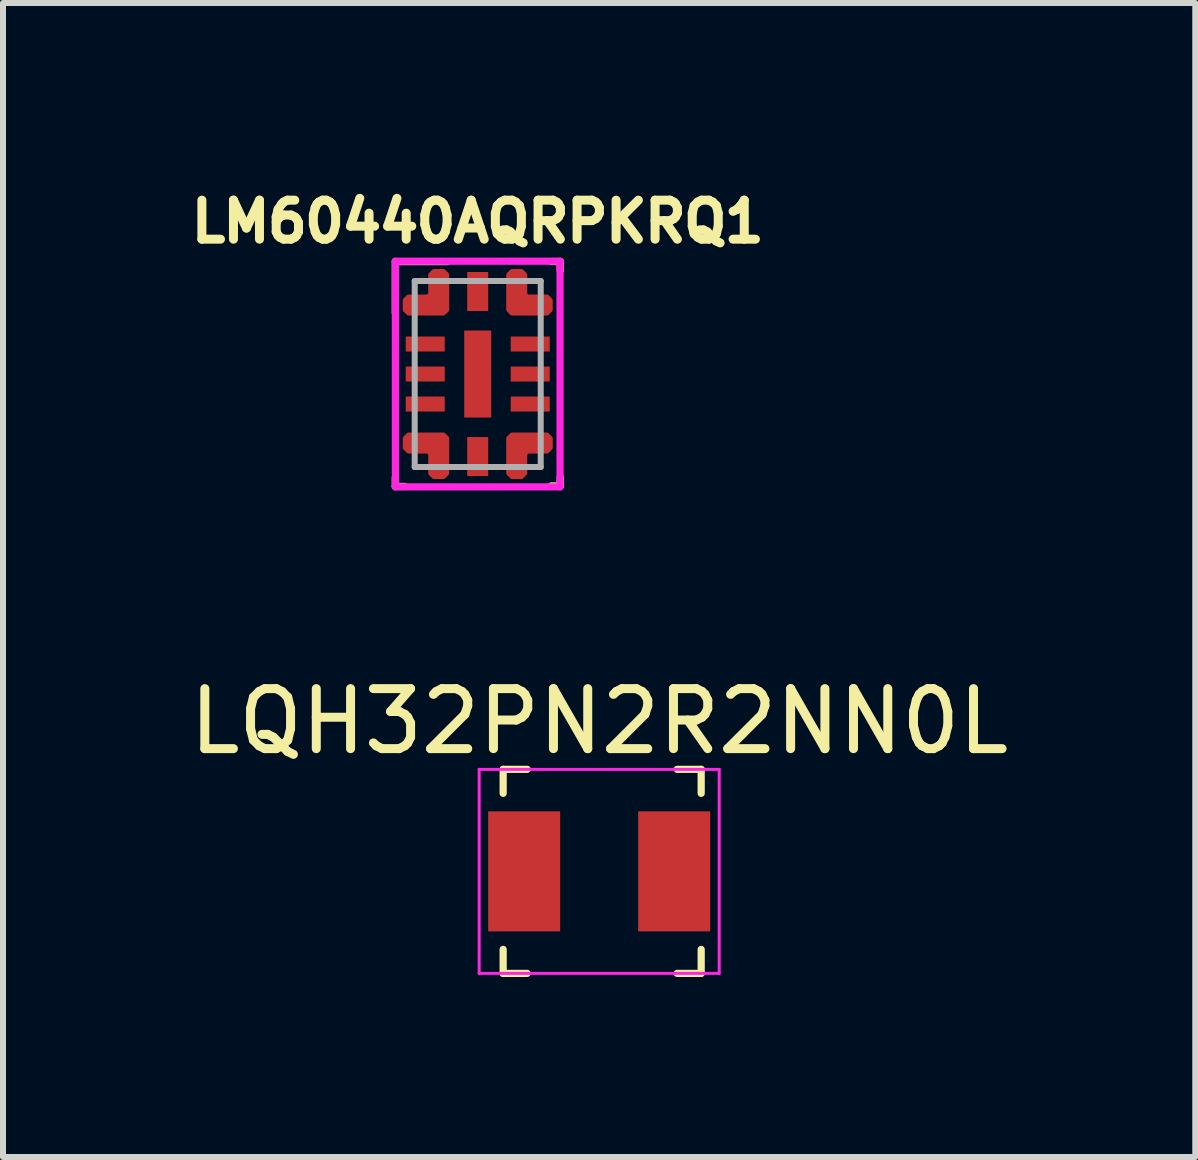
<source format=kicad_pcb>
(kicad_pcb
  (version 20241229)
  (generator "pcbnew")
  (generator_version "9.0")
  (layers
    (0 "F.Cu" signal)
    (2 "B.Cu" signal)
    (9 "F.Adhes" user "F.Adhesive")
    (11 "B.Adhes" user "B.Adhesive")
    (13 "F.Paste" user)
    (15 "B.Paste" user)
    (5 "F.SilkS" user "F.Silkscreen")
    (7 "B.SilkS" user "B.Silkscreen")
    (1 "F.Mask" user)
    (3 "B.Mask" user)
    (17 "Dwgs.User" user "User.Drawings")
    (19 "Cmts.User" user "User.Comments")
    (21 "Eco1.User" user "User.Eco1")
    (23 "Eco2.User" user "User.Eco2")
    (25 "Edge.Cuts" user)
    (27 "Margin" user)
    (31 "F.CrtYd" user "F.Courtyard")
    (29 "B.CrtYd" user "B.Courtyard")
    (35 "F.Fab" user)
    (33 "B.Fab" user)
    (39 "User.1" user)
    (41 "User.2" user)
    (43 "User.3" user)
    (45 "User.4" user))
  (footprint "LM60440AQRPKRQ1"
    (layer "F.Cu")
    (at 4.911 3.183)
    (property "Reference" "LM60440AQRPKRQ1" (at 0 -2.54 0) (layer "F.SilkS") (effects (font (size 0.65 0.65) (thickness 0.15))))
    (attr through_hole)
    (fp_poly (pts (xy -1.2 -1.225) (xy -1.15 -1.275) (xy -0.825 -1.275) (xy -0.775 -1.325) (xy -0.775 -1.65) (xy -0.725 -1.7) (xy -0.575 -1.7) (xy -0.525 -1.65) (xy -0.525 -1.075) (xy -0.575 -1.025) (xy -1.15 -1.025) (xy -1.2 -1.075)) (stroke (width 0.1) (type solid)) (fill yes) (layer "F.Cu"))
    (fp_poly (pts (xy -0.575 1.7) (xy -0.725 1.7) (xy -0.775 1.65) (xy -0.775 1.325) (xy -0.825 1.275) (xy -1.15 1.275) (xy -1.2 1.225) (xy -1.2 1.075) (xy -1.15 1.025) (xy -0.575 1.025) (xy -0.525 1.075) (xy -0.525 1.65) (xy -0.575 1.7)) (stroke (width 0.1) (type solid)) (fill yes) (layer "F.Cu"))
    (fp_poly (pts (xy 0.575 -1.7) (xy 0.725 -1.7) (xy 0.775 -1.65) (xy 0.775 -1.325) (xy 0.825 -1.275) (xy 1.15 -1.275) (xy 1.2 -1.225) (xy 1.2 -1.075) (xy 1.15 -1.025) (xy 0.575 -1.025) (xy 0.525 -1.075) (xy 0.525 -1.65) (xy 0.575 -1.7)) (stroke (width 0.1) (type solid)) (fill yes) (layer "F.Cu"))
    (fp_poly (pts (xy 1.2 1.075) (xy 1.2 1.225) (xy 1.15 1.275) (xy 0.825 1.275) (xy 0.775 1.325) (xy 0.775 1.65) (xy 0.725 1.7) (xy 0.575 1.7) (xy 0.525 1.65) (xy 0.525 1.075) (xy 0.575 1.025) (xy 1.15 1.025) (xy 1.2 1.075)) (stroke (width 0.1) (type solid)) (fill yes) (layer "F.Cu"))
    (fp_poly (pts (xy -1.2 -1.225) (xy -1.15 -1.275) (xy -0.825 -1.275) (xy -0.775 -1.325) (xy -0.775 -1.65) (xy -0.725 -1.7) (xy -0.575 -1.7) (xy -0.525 -1.65) (xy -0.525 -1.075) (xy -0.575 -1.025) (xy -1.15 -1.025) (xy -1.2 -1.075)) (stroke (width 0.1) (type solid)) (fill yes) (layer "F.Mask"))
    (fp_poly (pts (xy -0.575 1.7) (xy -0.725 1.7) (xy -0.775 1.65) (xy -0.775 1.325) (xy -0.825 1.275) (xy -1.15 1.275) (xy -1.2 1.225) (xy -1.2 1.075) (xy -1.15 1.025) (xy -0.575 1.025) (xy -0.525 1.075) (xy -0.525 1.65) (xy -0.575 1.7)) (stroke (width 0.1) (type solid)) (fill yes) (layer "F.Mask"))
    (fp_poly (pts (xy 0.575 -1.7) (xy 0.725 -1.7) (xy 0.775 -1.65) (xy 0.775 -1.325) (xy 0.825 -1.275) (xy 1.15 -1.275) (xy 1.2 -1.225) (xy 1.2 -1.075) (xy 1.15 -1.025) (xy 0.575 -1.025) (xy 0.525 -1.075) (xy 0.525 -1.65) (xy 0.575 -1.7)) (stroke (width 0.1) (type solid)) (fill yes) (layer "F.Mask"))
    (fp_poly (pts (xy 1.2 1.075) (xy 1.2 1.225) (xy 1.15 1.275) (xy 0.825 1.275) (xy 0.775 1.325) (xy 0.775 1.65) (xy 0.725 1.7) (xy 0.575 1.7) (xy 0.525 1.65) (xy 0.525 1.075) (xy 0.575 1.025) (xy 1.15 1.025) (xy 1.2 1.075)) (stroke (width 0.1) (type solid)) (fill yes) (layer "F.Mask"))
    (fp_line (start -1.373 1.874) (end -1.373 1.724) (stroke (width 0.12) (type solid)) (layer "F.SilkS"))
    (fp_line (start -1.373 1.874) (end -1.223 1.874) (stroke (width 0.12) (type solid)) (layer "F.SilkS"))
    (fp_line (start -1.373 -1.874) (end -0.508 -1.874) (stroke (width 0.12) (type solid)) (layer "F.SilkS"))
    (fp_line (start -1.373 -1.016) (end -1.373 -1.874) (stroke (width 0.12) (type solid)) (layer "F.SilkS"))
    (fp_line (start 1.225 1.865) (end 1.375 1.865) (stroke (width 0.12) (type solid)) (layer "F.SilkS"))
    (fp_line (start 1.225 -1.875) (end 1.375 -1.875) (stroke (width 0.12) (type solid)) (layer "F.SilkS"))
    (fp_line (start 1.375 1.865) (end 1.375 1.715) (stroke (width 0.12) (type solid)) (layer "F.SilkS"))
    (fp_line (start 1.375 -1.725) (end 1.375 -1.875) (stroke (width 0.12) (type solid)) (layer "F.SilkS"))
    (fp_poly (pts (xy -1.2 -1.225) (xy -1.15 -1.275) (xy -0.825 -1.275) (xy -0.775 -1.325) (xy -0.775 -1.65) (xy -0.725 -1.7) (xy -0.575 -1.7) (xy -0.525 -1.65) (xy -0.525 -1.075) (xy -0.575 -1.025) (xy -1.15 -1.025) (xy -1.2 -1.075)) (stroke (width 0.1) (type solid)) (fill yes) (layer "F.Paste"))
    (fp_poly (pts (xy -0.575 1.7) (xy -0.725 1.7) (xy -0.775 1.65) (xy -0.775 1.325) (xy -0.825 1.275) (xy -1.15 1.275) (xy -1.2 1.225) (xy -1.2 1.075) (xy -1.15 1.025) (xy -0.575 1.025) (xy -0.525 1.075) (xy -0.525 1.65) (xy -0.575 1.7)) (stroke (width 0.1) (type solid)) (fill yes) (layer "F.Paste"))
    (fp_poly (pts (xy 0.575 -1.7) (xy 0.725 -1.7) (xy 0.775 -1.65) (xy 0.775 -1.325) (xy 0.825 -1.275) (xy 1.15 -1.275) (xy 1.2 -1.225) (xy 1.2 -1.075) (xy 1.15 -1.025) (xy 0.575 -1.025) (xy 0.525 -1.075) (xy 0.525 -1.65) (xy 0.575 -1.7)) (stroke (width 0.1) (type solid)) (fill yes) (layer "F.Paste"))
    (fp_poly (pts (xy 1.2 1.075) (xy 1.2 1.225) (xy 1.15 1.275) (xy 0.825 1.275) (xy 0.775 1.325) (xy 0.775 1.65) (xy 0.725 1.7) (xy 0.575 1.7) (xy 0.525 1.65) (xy 0.525 1.075) (xy 0.575 1.025) (xy 1.15 1.025) (xy 1.2 1.075)) (stroke (width 0.1) (type solid)) (fill yes) (layer "F.Paste"))
    (fp_line (start -1.372 -1.88) (end 1.372 -1.88) (stroke (width 0.12) (type solid)) (layer "F.CrtYd"))
    (fp_line (start -1.372 1.88) (end -1.372 -1.88) (stroke (width 0.12) (type solid)) (layer "F.CrtYd"))
    (fp_line (start 1.372 -1.88) (end 1.372 1.88) (stroke (width 0.12) (type solid)) (layer "F.CrtYd"))
    (fp_line (start 1.372 1.88) (end -1.372 1.88) (stroke (width 0.12) (type solid)) (layer "F.CrtYd"))
    (fp_line (start -1.05 -1.55) (end 1.05 -1.55) (stroke (width 0.1) (type solid)) (layer "F.Fab"))
    (fp_line (start -1.05 1.55) (end -1.05 -1.55) (stroke (width 0.1) (type solid)) (layer "F.Fab"))
    (fp_line (start -1.05 1.55) (end 1.05 1.55) (stroke (width 0.1) (type solid)) (layer "F.Fab"))
    (fp_line (start 1.05 1.55) (end 1.05 -1.55) (stroke (width 0.1) (type solid)) (layer "F.Fab"))
    (pad "1" smd circle (at -0.694 -1.194 90) (size 0.244 0.244) (layers "F.Cu" "F.Mask" "F.Paste"))
    (pad "2" smd rect (at -0.875 -0.5) (size 0.65 0.25) (layers "F.Cu" "F.Mask" "F.Paste"))
    (pad "3" smd rect (at -0.875 0) (size 0.65 0.25) (layers "F.Cu" "F.Mask" "F.Paste"))
    (pad "4" smd rect (at -0.875 0.5) (size 0.65 0.25) (layers "F.Cu" "F.Mask" "F.Paste"))
    (pad "5" smd circle (at -0.694 1.194) (size 0.244 0.244) (layers "F.Cu" "F.Mask" "F.Paste"))
    (pad "6" smd rect (at 0 1.375) (size 0.35 0.65) (layers "F.Cu" "F.Mask" "F.Paste"))
    (pad "7" smd circle (at 0.694 1.194 90) (size 0.244 0.244) (layers "F.Cu" "F.Mask" "F.Paste"))
    (pad "8" smd rect (at 0.875 0.5) (size 0.65 0.25) (layers "F.Cu" "F.Mask" "F.Paste"))
    (pad "9" smd rect (at 0.875 0) (size 0.65 0.25) (layers "F.Cu" "F.Mask" "F.Paste"))
    (pad "10" smd rect (at 0.875 -0.5) (size 0.65 0.25) (layers "F.Cu" "F.Mask" "F.Paste"))
    (pad "11" smd circle (at 0.694 -1.194) (size 0.244 0.244) (layers "F.Cu" "F.Mask" "F.Paste"))
    (pad "12" smd rect (at 0 -1.375) (size 0.35 0.65) (layers "F.Cu" "F.Mask" "F.Paste"))
    (pad "13" smd rect (at 0 0) (size 0.45 1.45) (layers "F.Cu" "F.Mask" "F.Paste")))
  (footprint "LQH32PN2R2NN0L"
    (layer "F.Cu")
    (at 6.935 11.471)
    (property "Reference" "LQH32PN2R2NN0L" (at 0 -2.5 0) (layer "F.SilkS") (effects (font (size 1 1) (thickness 0.15))))
    (attr smd)
    (fp_line (start -1.6 -1.7) (end -1.2 -1.7) (stroke (width 0.12) (type solid)) (layer "F.SilkS"))
    (fp_line (start -1.6 -1.3) (end -1.6 -1.7) (stroke (width 0.12) (type solid)) (layer "F.SilkS"))
    (fp_line (start -1.6 1.3) (end -1.6 1.7) (stroke (width 0.12) (type solid)) (layer "F.SilkS"))
    (fp_line (start -1.6 1.7) (end -1.2 1.7) (stroke (width 0.12) (type solid)) (layer "F.SilkS"))
    (fp_line (start 1.3 -1.7) (end 1.7 -1.7) (stroke (width 0.12) (type solid)) (layer "F.SilkS"))
    (fp_line (start 1.7 -1.7) (end 1.7 -1.3) (stroke (width 0.12) (type solid)) (layer "F.SilkS"))
    (fp_line (start 1.7 1.3) (end 1.7 1.7) (stroke (width 0.12) (type solid)) (layer "F.SilkS"))
    (fp_line (start 1.7 1.7) (end 1.3 1.7) (stroke (width 0.12) (type solid)) (layer "F.SilkS"))
    (fp_line (start -2 -1.7) (end 2 -1.7) (stroke (width 0.05) (type solid)) (layer "F.CrtYd"))
    (fp_line (start -2 1.7) (end -2 -1.7) (stroke (width 0.05) (type solid)) (layer "F.CrtYd"))
    (fp_line (start 2 -1.7) (end 2 1.7) (stroke (width 0.05) (type solid)) (layer "F.CrtYd"))
    (fp_line (start 2 1.7) (end -2 1.7) (stroke (width 0.05) (type solid)) (layer "F.CrtYd"))
    (pad "1" smd rect (at -1.25 0) (size 1.2 2) (layers "F.Cu" "F.Mask" "F.Paste"))
    (pad "2" smd rect (at 1.25 0) (size 1.2 2) (layers "F.Cu" "F.Mask" "F.Paste")))
  (gr_rect
    (start -3 -3)
    (end 16.869 16.231)
    (stroke (width 0.1) (type default))
    (fill no)
    (layer "Edge.Cuts")))
</source>
